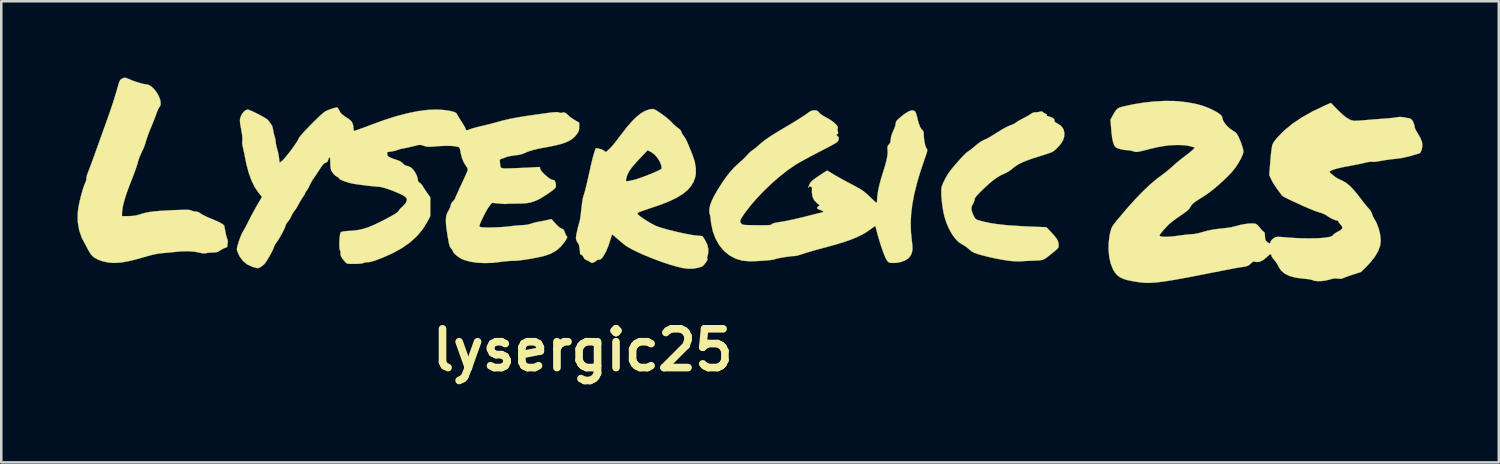
<source format=kicad_pcb>
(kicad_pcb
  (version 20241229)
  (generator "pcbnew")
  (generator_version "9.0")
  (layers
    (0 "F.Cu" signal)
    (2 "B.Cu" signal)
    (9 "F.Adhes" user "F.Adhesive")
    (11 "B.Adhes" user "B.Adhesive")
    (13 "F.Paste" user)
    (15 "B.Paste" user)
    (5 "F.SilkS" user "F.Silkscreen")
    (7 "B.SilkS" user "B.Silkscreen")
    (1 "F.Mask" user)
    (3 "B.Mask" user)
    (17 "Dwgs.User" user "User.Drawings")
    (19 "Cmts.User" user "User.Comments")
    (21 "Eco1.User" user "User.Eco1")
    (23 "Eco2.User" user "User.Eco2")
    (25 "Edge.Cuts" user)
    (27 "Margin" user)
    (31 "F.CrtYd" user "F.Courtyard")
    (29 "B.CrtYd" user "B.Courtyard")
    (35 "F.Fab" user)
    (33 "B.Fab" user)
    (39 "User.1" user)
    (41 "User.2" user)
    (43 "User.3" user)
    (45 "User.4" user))
  (footprint "lysergic25"
    (layer "F.Cu")
    (at 19.865 10.713)
    (property "Reference" "lysergic25" (at 0 0 0) (layer "F.SilkS") (effects (font (size 1.524 1.524) (thickness 0.3))))
    (attr through_hole)
    (fp_poly (pts (xy 18.078 -9.364) (xy 18.104 -9.342) (xy 18.163 -9.301) (xy 18.211 -9.285) (xy 18.245 -9.268) (xy 18.242 -9.243) (xy 18.245 -9.206) (xy 18.264 -9.2) (xy 18.311 -9.19) (xy 18.387 -9.165) (xy 18.422 -9.151) (xy 18.5 -9.112) (xy 18.536 -9.071) (xy 18.543 -9.031) (xy 18.555 -8.983) (xy 18.596 -8.943) (xy 18.678 -8.898) (xy 18.685 -8.895) (xy 18.811 -8.807) (xy 18.896 -8.688) (xy 18.935 -8.545) (xy 18.927 -8.387) (xy 18.882 -8.248) (xy 18.818 -8.141) (xy 18.725 -8.023) (xy 18.618 -7.912) (xy 18.513 -7.824) (xy 18.458 -7.79) (xy 18.393 -7.762) (xy 18.287 -7.724) (xy 18.156 -7.681) (xy 18.014 -7.636) (xy 18.006 -7.634) (xy 17.727 -7.547) (xy 17.495 -7.466) (xy 17.303 -7.389) (xy 17.145 -7.311) (xy 17.012 -7.229) (xy 16.896 -7.139) (xy 16.865 -7.111) (xy 16.772 -7.042) (xy 16.657 -6.974) (xy 16.58 -6.938) (xy 16.433 -6.871) (xy 16.288 -6.785) (xy 16.136 -6.676) (xy 15.968 -6.535) (xy 15.775 -6.358) (xy 15.743 -6.327) (xy 15.61 -6.196) (xy 15.515 -6.097) (xy 15.453 -6.023) (xy 15.419 -5.97) (xy 15.409 -5.933) (xy 15.395 -5.867) (xy 15.359 -5.78) (xy 15.336 -5.736) (xy 15.293 -5.648) (xy 15.278 -5.566) (xy 15.291 -5.474) (xy 15.333 -5.357) (xy 15.365 -5.286) (xy 15.409 -5.2) (xy 15.453 -5.15) (xy 15.515 -5.117) (xy 15.581 -5.096) (xy 15.79 -5.041) (xy 16.017 -4.993) (xy 16.271 -4.954) (xy 16.556 -4.92) (xy 16.88 -4.893) (xy 17.25 -4.87) (xy 17.56 -4.856) (xy 18.23 -4.829) (xy 18.421 -4.627) (xy 18.542 -4.494) (xy 18.625 -4.387) (xy 18.677 -4.296) (xy 18.703 -4.21) (xy 18.71 -4.131) (xy 18.708 -4.072) (xy 18.694 -4.026) (xy 18.66 -3.98) (xy 18.597 -3.923) (xy 18.521 -3.861) (xy 18.381 -3.748) (xy 18.275 -3.664) (xy 18.194 -3.605) (xy 18.126 -3.566) (xy 18.06 -3.543) (xy 17.987 -3.53) (xy 17.895 -3.523) (xy 17.775 -3.518) (xy 17.737 -3.516) (xy 17.579 -3.509) (xy 17.421 -3.501) (xy 17.283 -3.493) (xy 17.187 -3.487) (xy 17.077 -3.486) (xy 16.935 -3.493) (xy 16.783 -3.507) (xy 16.708 -3.516) (xy 16.457 -3.557) (xy 16.184 -3.61) (xy 15.912 -3.671) (xy 15.662 -3.736) (xy 15.536 -3.773) (xy 15.401 -3.821) (xy 15.3 -3.872) (xy 15.213 -3.939) (xy 15.184 -3.966) (xy 15.09 -4.045) (xy 14.985 -4.116) (xy 14.925 -4.148) (xy 14.787 -4.235) (xy 14.652 -4.371) (xy 14.522 -4.547) (xy 14.404 -4.758) (xy 14.301 -4.994) (xy 14.22 -5.248) (xy 14.21 -5.286) (xy 14.174 -5.451) (xy 14.144 -5.634) (xy 14.12 -5.824) (xy 14.103 -6.009) (xy 14.095 -6.176) (xy 14.096 -6.314) (xy 14.108 -6.412) (xy 14.112 -6.426) (xy 14.175 -6.584) (xy 14.263 -6.759) (xy 14.362 -6.928) (xy 14.449 -7.052) (xy 14.565 -7.193) (xy 14.687 -7.337) (xy 14.809 -7.475) (xy 14.923 -7.598) (xy 15.022 -7.699) (xy 15.098 -7.77) (xy 15.134 -7.797) (xy 15.215 -7.852) (xy 15.304 -7.921) (xy 15.329 -7.941) (xy 15.472 -8.061) (xy 15.584 -8.149) (xy 15.675 -8.21) (xy 15.755 -8.252) (xy 15.804 -8.271) (xy 15.874 -8.303) (xy 15.979 -8.36) (xy 16.104 -8.434) (xy 16.239 -8.519) (xy 16.281 -8.546) (xy 16.431 -8.64) (xy 16.578 -8.725) (xy 16.707 -8.791) (xy 16.805 -8.833) (xy 16.808 -8.834) (xy 16.905 -8.871) (xy 16.983 -8.909) (xy 17.021 -8.936) (xy 17.061 -8.967) (xy 17.139 -9.014) (xy 17.242 -9.071) (xy 17.313 -9.107) (xy 17.429 -9.168) (xy 17.533 -9.227) (xy 17.608 -9.275) (xy 17.633 -9.294) (xy 17.723 -9.342) (xy 17.789 -9.346) (xy 17.883 -9.35) (xy 17.962 -9.369) (xy 18.028 -9.385) (xy 18.078 -9.364)) (stroke (width 0.01) (type solid)) (fill yes) (layer "F.SilkS"))
    (fp_poly (pts (xy -17.945 -10.695) (xy -17.861 -10.66) (xy -17.848 -10.654) (xy -17.705 -10.596) (xy -17.551 -10.541) (xy -17.401 -10.495) (xy -17.268 -10.461) (xy -17.167 -10.444) (xy -17.142 -10.442) (xy -17.049 -10.417) (xy -16.948 -10.349) (xy -16.846 -10.247) (xy -16.752 -10.123) (xy -16.674 -9.988) (xy -16.621 -9.851) (xy -16.604 -9.767) (xy -16.597 -9.673) (xy -16.608 -9.612) (xy -16.64 -9.563) (xy -16.644 -9.559) (xy -16.681 -9.501) (xy -16.724 -9.409) (xy -16.764 -9.301) (xy -16.765 -9.299) (xy -16.803 -9.192) (xy -16.856 -9.052) (xy -16.917 -8.9) (xy -16.968 -8.777) (xy -17.031 -8.624) (xy -17.092 -8.463) (xy -17.144 -8.315) (xy -17.174 -8.222) (xy -17.208 -8.109) (xy -17.239 -8.013) (xy -17.263 -7.95) (xy -17.268 -7.94) (xy -17.352 -7.767) (xy -17.425 -7.597) (xy -17.478 -7.447) (xy -17.501 -7.364) (xy -17.522 -7.287) (xy -17.56 -7.17) (xy -17.612 -7.025) (xy -17.672 -6.864) (xy -17.724 -6.731) (xy -17.847 -6.412) (xy -17.946 -6.138) (xy -18.02 -5.903) (xy -18.073 -5.701) (xy -18.105 -5.528) (xy -18.118 -5.378) (xy -18.118 -5.348) (xy -18.119 -5.263) (xy -17.858 -5.266) (xy -17.693 -5.273) (xy -17.557 -5.293) (xy -17.421 -5.33) (xy -17.384 -5.342) (xy -17.268 -5.378) (xy -17.141 -5.408) (xy -16.997 -5.433) (xy -16.827 -5.454) (xy -16.623 -5.471) (xy -16.38 -5.486) (xy -16.087 -5.5) (xy -16.059 -5.501) (xy -15.851 -5.508) (xy -15.692 -5.513) (xy -15.576 -5.513) (xy -15.494 -5.51) (xy -15.44 -5.503) (xy -15.406 -5.492) (xy -15.396 -5.486) (xy -15.331 -5.46) (xy -15.244 -5.447) (xy -15.232 -5.447) (xy -15.125 -5.428) (xy -15.02 -5.364) (xy -14.947 -5.318) (xy -14.839 -5.262) (xy -14.714 -5.205) (xy -14.647 -5.178) (xy -14.439 -5.092) (xy -14.278 -5.017) (xy -14.167 -4.953) (xy -14.108 -4.902) (xy -14.099 -4.885) (xy -14.088 -4.836) (xy -14.071 -4.749) (xy -14.053 -4.644) (xy -14.052 -4.643) (xy -14.03 -4.53) (xy -14.003 -4.43) (xy -13.979 -4.366) (xy -13.954 -4.279) (xy -13.96 -4.225) (xy -13.974 -4.146) (xy -13.974 -4.102) (xy -13.982 -4.054) (xy -14.031 -4.028) (xy -14.051 -4.022) (xy -14.126 -3.994) (xy -14.215 -3.945) (xy -14.25 -3.921) (xy -14.333 -3.87) (xy -14.414 -3.845) (xy -14.521 -3.838) (xy -14.527 -3.838) (xy -14.642 -3.832) (xy -14.754 -3.82) (xy -14.803 -3.811) (xy -14.916 -3.799) (xy -15.04 -3.821) (xy -15.054 -3.825) (xy -15.26 -3.867) (xy -15.505 -3.886) (xy -15.777 -3.881) (xy -15.931 -3.868) (xy -16.099 -3.85) (xy -16.284 -3.832) (xy -16.458 -3.816) (xy -16.524 -3.811) (xy -16.692 -3.791) (xy -16.873 -3.756) (xy -17.082 -3.703) (xy -17.244 -3.656) (xy -17.561 -3.566) (xy -17.836 -3.499) (xy -18.075 -3.454) (xy -18.287 -3.431) (xy -18.48 -3.427) (xy -18.656 -3.442) (xy -18.877 -3.488) (xy -19.075 -3.56) (xy -19.217 -3.642) (xy -19.289 -3.704) (xy -19.355 -3.783) (xy -19.423 -3.893) (xy -19.496 -4.032) (xy -19.533 -4.102) (xy -19.56 -4.149) (xy -19.705 -4.422) (xy -19.804 -4.722) (xy -19.857 -5.04) (xy -19.86 -5.366) (xy -19.839 -5.56) (xy -19.81 -5.719) (xy -19.771 -5.896) (xy -19.726 -6.077) (xy -19.678 -6.25) (xy -19.632 -6.401) (xy -19.59 -6.516) (xy -19.571 -6.559) (xy -19.534 -6.646) (xy -19.516 -6.719) (xy -19.517 -6.748) (xy -19.514 -6.799) (xy -19.493 -6.883) (xy -19.459 -6.977) (xy -19.426 -7.058) (xy -19.38 -7.18) (xy -19.322 -7.334) (xy -19.258 -7.508) (xy -19.192 -7.691) (xy -19.177 -7.733) (xy -19.104 -7.938) (xy -19.018 -8.178) (xy -18.925 -8.435) (xy -18.834 -8.691) (xy -18.748 -8.928) (xy -18.729 -8.983) (xy -18.615 -9.303) (xy -18.518 -9.588) (xy -18.431 -9.855) (xy -18.35 -10.122) (xy -18.267 -10.406) (xy -18.249 -10.472) (xy -18.217 -10.567) (xy -18.181 -10.625) (xy -18.128 -10.665) (xy -18.105 -10.676) (xy -18.047 -10.701) (xy -18.001 -10.708) (xy -17.945 -10.695)) (stroke (width 0.01) (type solid)) (fill yes) (layer "F.SilkS"))
    (fp_poly (pts (xy 2.775 -9.474) (xy 2.826 -9.456) (xy 2.894 -9.419) (xy 2.989 -9.358) (xy 3.08 -9.296) (xy 3.209 -9.203) (xy 3.335 -9.102) (xy 3.443 -9.008) (xy 3.504 -8.945) (xy 3.591 -8.856) (xy 3.683 -8.773) (xy 3.754 -8.72) (xy 3.825 -8.666) (xy 3.863 -8.614) (xy 3.866 -8.599) (xy 3.883 -8.549) (xy 3.925 -8.475) (xy 3.962 -8.423) (xy 3.997 -8.376) (xy 4.028 -8.326) (xy 4.061 -8.267) (xy 4.098 -8.19) (xy 4.143 -8.088) (xy 4.199 -7.952) (xy 4.272 -7.775) (xy 4.306 -7.691) (xy 4.4 -7.409) (xy 4.445 -7.149) (xy 4.442 -6.912) (xy 4.417 -6.786) (xy 4.35 -6.605) (xy 4.25 -6.439) (xy 4.112 -6.284) (xy 3.933 -6.139) (xy 3.712 -6.001) (xy 3.443 -5.869) (xy 3.125 -5.739) (xy 2.753 -5.611) (xy 2.734 -5.604) (xy 2.573 -5.551) (xy 2.428 -5.502) (xy 2.308 -5.459) (xy 2.224 -5.426) (xy 2.186 -5.407) (xy 2.153 -5.378) (xy 2.158 -5.349) (xy 2.193 -5.308) (xy 2.252 -5.258) (xy 2.347 -5.189) (xy 2.467 -5.11) (xy 2.597 -5.03) (xy 2.726 -4.956) (xy 2.839 -4.897) (xy 2.848 -4.892) (xy 2.954 -4.85) (xy 3.104 -4.802) (xy 3.287 -4.749) (xy 3.493 -4.696) (xy 3.71 -4.643) (xy 3.928 -4.595) (xy 4.134 -4.554) (xy 4.318 -4.521) (xy 4.469 -4.501) (xy 4.49 -4.499) (xy 4.703 -4.48) (xy 4.791 -4.35) (xy 4.886 -4.168) (xy 4.933 -3.983) (xy 4.93 -3.803) (xy 4.904 -3.705) (xy 4.885 -3.63) (xy 4.897 -3.592) (xy 4.901 -3.59) (xy 4.903 -3.556) (xy 4.867 -3.488) (xy 4.824 -3.426) (xy 4.76 -3.345) (xy 4.703 -3.296) (xy 4.631 -3.263) (xy 4.533 -3.235) (xy 4.342 -3.2) (xy 4.155 -3.196) (xy 3.948 -3.222) (xy 3.895 -3.232) (xy 3.685 -3.283) (xy 3.445 -3.352) (xy 3.186 -3.437) (xy 2.916 -3.534) (xy 2.647 -3.638) (xy 2.387 -3.746) (xy 2.148 -3.854) (xy 1.939 -3.957) (xy 1.77 -4.052) (xy 1.708 -4.092) (xy 1.627 -4.152) (xy 1.523 -4.236) (xy 1.413 -4.328) (xy 1.375 -4.362) (xy 1.286 -4.44) (xy 1.214 -4.501) (xy 1.168 -4.537) (xy 1.157 -4.544) (xy 1.143 -4.519) (xy 1.119 -4.453) (xy 1.09 -4.361) (xy 1.088 -4.353) (xy 1.003 -4.088) (xy 0.911 -3.87) (xy 0.815 -3.701) (xy 0.754 -3.616) (xy 0.704 -3.571) (xy 0.654 -3.556) (xy 0.644 -3.556) (xy 0.581 -3.547) (xy 0.55 -3.528) (xy 0.515 -3.496) (xy 0.452 -3.458) (xy 0.446 -3.454) (xy 0.383 -3.427) (xy 0.338 -3.431) (xy 0.281 -3.467) (xy 0.205 -3.514) (xy 0.132 -3.543) (xy 0.062 -3.588) (xy 0.031 -3.646) (xy -0.007 -3.71) (xy -0.056 -3.745) (xy -0.1 -3.77) (xy -0.109 -3.792) (xy -0.109 -3.844) (xy -0.116 -3.924) (xy -0.129 -4.015) (xy -0.144 -4.099) (xy -0.158 -4.158) (xy -0.169 -4.177) (xy -0.192 -4.2) (xy -0.225 -4.258) (xy -0.237 -4.284) (xy -0.258 -4.335) (xy -0.269 -4.382) (xy -0.268 -4.438) (xy -0.256 -4.519) (xy -0.232 -4.636) (xy -0.225 -4.67) (xy -0.196 -4.797) (xy -0.168 -4.91) (xy -0.145 -4.993) (xy -0.136 -5.022) (xy -0.125 -5.055) (xy -0.114 -5.1) (xy -0.103 -5.165) (xy -0.09 -5.258) (xy -0.074 -5.385) (xy -0.054 -5.554) (xy -0.031 -5.757) (xy -0.013 -5.88) (xy 0.01 -5.997) (xy 0.034 -6.082) (xy 0.06 -6.16) (xy 0.091 -6.271) (xy 0.128 -6.417) (xy 0.173 -6.605) (xy 0.191 -6.683) (xy 1.697 -6.683) (xy 1.7 -6.65) (xy 1.725 -6.637) (xy 1.781 -6.641) (xy 1.877 -6.66) (xy 1.953 -6.675) (xy 2.058 -6.702) (xy 2.189 -6.744) (xy 2.338 -6.795) (xy 2.495 -6.854) (xy 2.651 -6.916) (xy 2.798 -6.977) (xy 2.925 -7.034) (xy 3.025 -7.084) (xy 3.087 -7.122) (xy 3.104 -7.142) (xy 3.081 -7.281) (xy 3.017 -7.429) (xy 2.923 -7.573) (xy 2.809 -7.698) (xy 2.684 -7.788) (xy 2.657 -7.802) (xy 2.544 -7.853) (xy 2.306 -7.602) (xy 2.129 -7.413) (xy 1.991 -7.255) (xy 1.885 -7.121) (xy 1.808 -7.003) (xy 1.754 -6.897) (xy 1.719 -6.793) (xy 1.707 -6.736) (xy 1.697 -6.683) (xy 0.191 -6.683) (xy 0.226 -6.839) (xy 0.289 -7.122) (xy 0.298 -7.166) (xy 0.336 -7.334) (xy 0.376 -7.495) (xy 0.412 -7.636) (xy 0.443 -7.742) (xy 0.457 -7.783) (xy 0.514 -7.937) (xy 0.631 -7.919) (xy 0.728 -7.892) (xy 0.816 -7.85) (xy 0.828 -7.842) (xy 0.908 -7.784) (xy 0.983 -7.849) (xy 1.045 -7.904) (xy 1.106 -7.967) (xy 1.175 -8.043) (xy 1.255 -8.141) (xy 1.354 -8.268) (xy 1.477 -8.43) (xy 1.537 -8.509) (xy 1.747 -8.777) (xy 1.938 -8.997) (xy 2.114 -9.171) (xy 2.279 -9.303) (xy 2.437 -9.396) (xy 2.592 -9.454) (xy 2.674 -9.471) (xy 2.728 -9.477) (xy 2.775 -9.474)) (stroke (width 0.01) (type solid)) (fill yes) (layer "F.SilkS"))
    (fp_poly (pts (xy 9.19 -9.419) (xy 9.245 -9.389) (xy 9.286 -9.341) (xy 9.347 -9.281) (xy 9.447 -9.212) (xy 9.572 -9.142) (xy 9.709 -9.065) (xy 9.83 -8.981) (xy 9.929 -8.897) (xy 9.997 -8.821) (xy 10.027 -8.758) (xy 10.023 -8.729) (xy 10.013 -8.659) (xy 10.026 -8.599) (xy 10.041 -8.536) (xy 10.025 -8.501) (xy 10.005 -8.487) (xy 9.972 -8.464) (xy 9.982 -8.44) (xy 10.017 -8.412) (xy 10.058 -8.371) (xy 10.066 -8.322) (xy 10.055 -8.268) (xy 10.045 -8.238) (xy 10.03 -8.211) (xy 10.002 -8.182) (xy 9.957 -8.149) (xy 9.889 -8.106) (xy 9.792 -8.052) (xy 9.661 -7.982) (xy 9.49 -7.893) (xy 9.306 -7.799) (xy 9.106 -7.695) (xy 8.91 -7.591) (xy 8.726 -7.492) (xy 8.565 -7.403) (xy 8.436 -7.329) (xy 8.348 -7.276) (xy 8.051 -7.07) (xy 7.742 -6.827) (xy 7.431 -6.556) (xy 7.129 -6.268) (xy 6.845 -5.971) (xy 6.59 -5.677) (xy 6.373 -5.393) (xy 6.323 -5.322) (xy 6.248 -5.207) (xy 6.203 -5.126) (xy 6.187 -5.069) (xy 6.195 -5.023) (xy 6.224 -4.978) (xy 6.23 -4.971) (xy 6.25 -4.951) (xy 6.277 -4.936) (xy 6.318 -4.925) (xy 6.382 -4.918) (xy 6.476 -4.913) (xy 6.609 -4.91) (xy 6.789 -4.908) (xy 6.838 -4.907) (xy 7.032 -4.906) (xy 7.177 -4.906) (xy 7.281 -4.909) (xy 7.351 -4.915) (xy 7.395 -4.924) (xy 7.421 -4.938) (xy 7.43 -4.948) (xy 7.472 -4.974) (xy 7.559 -5) (xy 7.696 -5.026) (xy 7.789 -5.04) (xy 7.914 -5.06) (xy 8.08 -5.093) (xy 8.274 -5.134) (xy 8.482 -5.182) (xy 8.693 -5.232) (xy 8.771 -5.252) (xy 8.955 -5.299) (xy 9.121 -5.34) (xy 9.259 -5.375) (xy 9.364 -5.4) (xy 9.427 -5.416) (xy 9.442 -5.419) (xy 9.454 -5.44) (xy 9.454 -5.445) (xy 9.43 -5.469) (xy 9.37 -5.497) (xy 9.349 -5.505) (xy 9.254 -5.54) (xy 9.212 -5.573) (xy 9.217 -5.608) (xy 9.252 -5.641) (xy 9.318 -5.691) (xy 9.217 -5.768) (xy 9.099 -5.887) (xy 9.031 -6.03) (xy 9.008 -6.203) (xy 9.009 -6.245) (xy 9.012 -6.342) (xy 9.006 -6.395) (xy 8.988 -6.42) (xy 8.954 -6.43) (xy 8.954 -6.43) (xy 8.903 -6.424) (xy 8.89 -6.404) (xy 8.881 -6.381) (xy 8.875 -6.383) (xy 8.877 -6.415) (xy 8.898 -6.48) (xy 8.914 -6.517) (xy 8.944 -6.573) (xy 8.988 -6.626) (xy 9.053 -6.684) (xy 9.148 -6.755) (xy 9.281 -6.846) (xy 9.397 -6.923) (xy 9.496 -6.988) (xy 9.568 -7.033) (xy 9.604 -7.055) (xy 9.607 -7.056) (xy 9.635 -7.042) (xy 9.699 -7.004) (xy 9.789 -6.951) (xy 9.84 -6.919) (xy 9.939 -6.86) (xy 10.075 -6.783) (xy 10.234 -6.695) (xy 10.404 -6.603) (xy 10.541 -6.531) (xy 10.716 -6.438) (xy 10.851 -6.363) (xy 10.959 -6.298) (xy 11.049 -6.235) (xy 11.133 -6.167) (xy 11.222 -6.086) (xy 11.278 -6.033) (xy 11.376 -5.939) (xy 11.46 -5.862) (xy 11.521 -5.808) (xy 11.552 -5.786) (xy 11.553 -5.786) (xy 11.564 -5.811) (xy 11.57 -5.874) (xy 11.571 -5.909) (xy 11.582 -6.067) (xy 11.612 -6.263) (xy 11.66 -6.485) (xy 11.722 -6.719) (xy 11.768 -6.869) (xy 11.847 -7.12) (xy 11.907 -7.325) (xy 11.949 -7.493) (xy 11.975 -7.629) (xy 11.986 -7.742) (xy 11.985 -7.838) (xy 11.984 -7.852) (xy 11.977 -7.948) (xy 11.984 -8.008) (xy 12.009 -8.053) (xy 12.037 -8.084) (xy 12.087 -8.151) (xy 12.106 -8.237) (xy 12.107 -8.28) (xy 12.125 -8.404) (xy 12.181 -8.557) (xy 12.206 -8.612) (xy 12.253 -8.722) (xy 12.288 -8.824) (xy 12.304 -8.9) (xy 12.305 -8.909) (xy 12.311 -8.959) (xy 12.336 -9.008) (xy 12.388 -9.065) (xy 12.475 -9.143) (xy 12.491 -9.157) (xy 12.666 -9.294) (xy 12.812 -9.382) (xy 12.93 -9.422) (xy 13.019 -9.414) (xy 13.078 -9.363) (xy 13.106 -9.299) (xy 13.135 -9.205) (xy 13.149 -9.144) (xy 13.2 -8.936) (xy 13.256 -8.783) (xy 13.317 -8.686) (xy 13.337 -8.668) (xy 13.384 -8.615) (xy 13.404 -8.543) (xy 13.406 -8.491) (xy 13.413 -8.343) (xy 13.432 -8.196) (xy 13.46 -8.066) (xy 13.492 -7.968) (xy 13.512 -7.934) (xy 13.532 -7.904) (xy 13.543 -7.874) (xy 13.543 -7.834) (xy 13.529 -7.773) (xy 13.5 -7.683) (xy 13.454 -7.552) (xy 13.439 -7.509) (xy 13.27 -7.008) (xy 13.134 -6.548) (xy 13.029 -6.12) (xy 12.955 -5.72) (xy 12.909 -5.342) (xy 12.893 -4.978) (xy 12.904 -4.624) (xy 12.939 -4.288) (xy 12.959 -4.109) (xy 12.963 -3.971) (xy 12.947 -3.859) (xy 12.912 -3.76) (xy 12.871 -3.686) (xy 12.784 -3.592) (xy 12.654 -3.515) (xy 12.496 -3.458) (xy 12.323 -3.427) (xy 12.147 -3.424) (xy 12.071 -3.433) (xy 12.02 -3.453) (xy 11.974 -3.501) (xy 11.923 -3.588) (xy 11.913 -3.607) (xy 11.859 -3.728) (xy 11.797 -3.891) (xy 11.732 -4.08) (xy 11.667 -4.283) (xy 11.608 -4.486) (xy 11.57 -4.628) (xy 11.542 -4.737) (xy 11.519 -4.822) (xy 11.504 -4.87) (xy 11.501 -4.877) (xy 11.477 -4.865) (xy 11.419 -4.826) (xy 11.338 -4.768) (xy 11.311 -4.748) (xy 11.157 -4.64) (xy 10.987 -4.54) (xy 10.795 -4.446) (xy 10.574 -4.355) (xy 10.32 -4.264) (xy 10.025 -4.172) (xy 9.684 -4.075) (xy 9.483 -4.022) (xy 9.291 -3.97) (xy 9.101 -3.917) (xy 8.924 -3.866) (xy 8.775 -3.821) (xy 8.666 -3.786) (xy 8.659 -3.784) (xy 8.541 -3.745) (xy 8.434 -3.715) (xy 8.355 -3.699) (xy 8.335 -3.697) (xy 8.255 -3.693) (xy 8.145 -3.681) (xy 8.018 -3.665) (xy 7.886 -3.645) (xy 7.761 -3.623) (xy 7.656 -3.603) (xy 7.584 -3.585) (xy 7.558 -3.573) (xy 7.524 -3.56) (xy 7.442 -3.547) (xy 7.325 -3.533) (xy 7.18 -3.519) (xy 7.019 -3.508) (xy 6.851 -3.498) (xy 6.687 -3.492) (xy 6.548 -3.49) (xy 6.273 -3.514) (xy 6.017 -3.59) (xy 5.773 -3.72) (xy 5.757 -3.73) (xy 5.549 -3.902) (xy 5.371 -4.117) (xy 5.226 -4.37) (xy 5.118 -4.653) (xy 5.05 -4.961) (xy 5.033 -5.108) (xy 5.021 -5.215) (xy 5.006 -5.302) (xy 4.99 -5.352) (xy 4.989 -5.354) (xy 4.976 -5.402) (xy 4.975 -5.489) (xy 4.981 -5.566) (xy 5.012 -5.709) (xy 5.076 -5.879) (xy 5.175 -6.078) (xy 5.31 -6.311) (xy 5.476 -6.571) (xy 5.639 -6.806) (xy 5.792 -7.001) (xy 5.945 -7.171) (xy 6.111 -7.328) (xy 6.176 -7.384) (xy 6.28 -7.477) (xy 6.382 -7.575) (xy 6.463 -7.662) (xy 6.472 -7.673) (xy 6.546 -7.753) (xy 6.62 -7.82) (xy 6.661 -7.848) (xy 6.721 -7.89) (xy 6.806 -7.956) (xy 6.895 -8.034) (xy 6.902 -8.04) (xy 7.001 -8.127) (xy 7.105 -8.211) (xy 7.221 -8.297) (xy 7.356 -8.389) (xy 7.517 -8.492) (xy 7.711 -8.611) (xy 7.946 -8.751) (xy 8.022 -8.796) (xy 8.201 -8.902) (xy 8.374 -9.008) (xy 8.533 -9.107) (xy 8.667 -9.193) (xy 8.767 -9.26) (xy 8.804 -9.287) (xy 8.905 -9.36) (xy 8.98 -9.403) (xy 9.046 -9.422) (xy 9.105 -9.426) (xy 9.19 -9.419)) (stroke (width 0.01) (type solid)) (fill yes) (layer "F.SilkS"))
    (fp_poly (pts (xy 23.237 -9.792) (xy 23.411 -9.781) (xy 23.762 -9.741) (xy 24.069 -9.686) (xy 24.344 -9.614) (xy 24.596 -9.521) (xy 24.757 -9.447) (xy 24.926 -9.356) (xy 25.047 -9.275) (xy 25.119 -9.207) (xy 25.138 -9.161) (xy 25.163 -9.052) (xy 25.23 -8.931) (xy 25.328 -8.81) (xy 25.449 -8.7) (xy 25.581 -8.613) (xy 25.659 -8.563) (xy 25.718 -8.499) (xy 25.773 -8.402) (xy 25.784 -8.379) (xy 25.879 -8.159) (xy 25.945 -7.96) (xy 25.969 -7.856) (xy 25.973 -7.795) (xy 25.96 -7.727) (xy 25.925 -7.636) (xy 25.877 -7.532) (xy 25.77 -7.337) (xy 25.648 -7.155) (xy 25.5 -6.976) (xy 25.316 -6.786) (xy 25.213 -6.689) (xy 25.014 -6.507) (xy 24.84 -6.358) (xy 24.681 -6.231) (xy 24.524 -6.118) (xy 24.358 -6.009) (xy 24.297 -5.971) (xy 24.155 -5.882) (xy 24.053 -5.811) (xy 23.981 -5.75) (xy 23.929 -5.69) (xy 23.887 -5.623) (xy 23.872 -5.594) (xy 23.83 -5.537) (xy 23.752 -5.466) (xy 23.634 -5.377) (xy 23.492 -5.28) (xy 23.357 -5.187) (xy 23.226 -5.091) (xy 23.114 -5.003) (xy 23.034 -4.933) (xy 23.026 -4.925) (xy 22.888 -4.78) (xy 22.782 -4.661) (xy 22.711 -4.57) (xy 22.678 -4.511) (xy 22.679 -4.49) (xy 22.736 -4.466) (xy 22.84 -4.453) (xy 22.984 -4.453) (xy 23.16 -4.464) (xy 23.361 -4.487) (xy 23.426 -4.496) (xy 23.581 -4.518) (xy 23.729 -4.536) (xy 23.854 -4.549) (xy 23.941 -4.555) (xy 23.952 -4.555) (xy 24.054 -4.564) (xy 24.178 -4.587) (xy 24.267 -4.61) (xy 24.545 -4.688) (xy 24.801 -4.741) (xy 25.061 -4.774) (xy 25.152 -4.781) (xy 25.467 -4.821) (xy 25.702 -4.879) (xy 25.857 -4.92) (xy 26.024 -4.952) (xy 26.186 -4.972) (xy 26.329 -4.978) (xy 26.436 -4.97) (xy 26.447 -4.967) (xy 26.51 -4.931) (xy 26.584 -4.857) (xy 26.621 -4.81) (xy 26.683 -4.732) (xy 26.738 -4.676) (xy 26.769 -4.655) (xy 26.798 -4.631) (xy 26.815 -4.576) (xy 26.822 -4.478) (xy 26.828 -4.38) (xy 26.846 -4.318) (xy 26.882 -4.273) (xy 26.906 -4.252) (xy 26.974 -4.203) (xy 27.012 -4.194) (xy 27.035 -4.225) (xy 27.046 -4.26) (xy 27.081 -4.322) (xy 27.147 -4.384) (xy 27.166 -4.397) (xy 27.206 -4.422) (xy 27.243 -4.438) (xy 27.287 -4.447) (xy 27.349 -4.45) (xy 27.438 -4.446) (xy 27.565 -4.437) (xy 27.706 -4.425) (xy 27.978 -4.406) (xy 28.256 -4.394) (xy 28.528 -4.39) (xy 28.783 -4.392) (xy 29.008 -4.402) (xy 29.191 -4.419) (xy 29.223 -4.424) (xy 29.347 -4.445) (xy 29.427 -4.468) (xy 29.477 -4.496) (xy 29.501 -4.523) (xy 29.551 -4.57) (xy 29.632 -4.624) (xy 29.697 -4.658) (xy 29.805 -4.719) (xy 29.86 -4.777) (xy 29.863 -4.838) (xy 29.818 -4.91) (xy 29.797 -4.933) (xy 29.744 -4.995) (xy 29.713 -5.045) (xy 29.71 -5.057) (xy 29.686 -5.086) (xy 29.66 -5.091) (xy 29.595 -5.106) (xy 29.502 -5.143) (xy 29.397 -5.195) (xy 29.301 -5.252) (xy 29.244 -5.293) (xy 29.172 -5.336) (xy 29.062 -5.382) (xy 28.931 -5.423) (xy 28.919 -5.426) (xy 28.841 -5.451) (xy 28.728 -5.494) (xy 28.589 -5.551) (xy 28.431 -5.619) (xy 28.263 -5.693) (xy 28.093 -5.77) (xy 27.929 -5.846) (xy 27.779 -5.917) (xy 27.652 -5.98) (xy 27.556 -6.031) (xy 27.498 -6.067) (xy 27.486 -6.079) (xy 27.466 -6.11) (xy 27.42 -6.174) (xy 27.356 -6.26) (xy 27.319 -6.308) (xy 27.235 -6.428) (xy 27.152 -6.557) (xy 27.088 -6.673) (xy 27.077 -6.696) (xy 26.992 -6.875) (xy 27.024 -7.309) (xy 27.038 -7.479) (xy 27.053 -7.647) (xy 27.069 -7.796) (xy 27.084 -7.911) (xy 27.088 -7.938) (xy 27.105 -8.029) (xy 27.127 -8.1) (xy 27.161 -8.166) (xy 27.216 -8.242) (xy 27.3 -8.343) (xy 27.315 -8.361) (xy 27.58 -8.632) (xy 27.899 -8.894) (xy 28.273 -9.145) (xy 28.701 -9.386) (xy 29.181 -9.615) (xy 29.201 -9.624) (xy 29.413 -9.716) (xy 29.681 -9.442) (xy 29.869 -9.263) (xy 30.033 -9.133) (xy 30.178 -9.051) (xy 30.304 -9.014) (xy 30.334 -9.012) (xy 30.4 -9.013) (xy 30.507 -9.019) (xy 30.639 -9.029) (xy 30.759 -9.039) (xy 30.917 -9.053) (xy 31.108 -9.068) (xy 31.309 -9.083) (xy 31.496 -9.097) (xy 31.509 -9.098) (xy 31.665 -9.111) (xy 31.808 -9.124) (xy 31.926 -9.138) (xy 32.005 -9.151) (xy 32.022 -9.155) (xy 32.131 -9.167) (xy 32.246 -9.156) (xy 32.351 -9.136) (xy 32.453 -9.118) (xy 32.477 -9.114) (xy 32.553 -9.091) (xy 32.608 -9.038) (xy 32.64 -8.989) (xy 32.679 -8.9) (xy 32.7 -8.814) (xy 32.701 -8.795) (xy 32.72 -8.718) (xy 32.773 -8.609) (xy 32.827 -8.523) (xy 32.936 -8.336) (xy 32.997 -8.172) (xy 33.011 -8.06) (xy 33.002 -7.965) (xy 32.979 -7.868) (xy 32.947 -7.788) (xy 32.912 -7.74) (xy 32.903 -7.736) (xy 32.858 -7.722) (xy 32.772 -7.697) (xy 32.659 -7.663) (xy 32.56 -7.633) (xy 32.229 -7.554) (xy 31.967 -7.519) (xy 31.803 -7.502) (xy 31.615 -7.477) (xy 31.433 -7.448) (xy 31.363 -7.435) (xy 31.223 -7.411) (xy 31.117 -7.398) (xy 31.053 -7.397) (xy 31.038 -7.402) (xy 31.004 -7.408) (xy 30.925 -7.399) (xy 30.811 -7.377) (xy 30.753 -7.363) (xy 30.622 -7.333) (xy 30.455 -7.298) (xy 30.273 -7.262) (xy 30.096 -7.229) (xy 30.075 -7.226) (xy 29.855 -7.183) (xy 29.669 -7.14) (xy 29.524 -7.098) (xy 29.422 -7.058) (xy 29.369 -7.021) (xy 29.364 -6.994) (xy 29.396 -6.96) (xy 29.458 -6.906) (xy 29.534 -6.844) (xy 29.609 -6.789) (xy 29.664 -6.753) (xy 29.705 -6.733) (xy 29.78 -6.697) (xy 29.861 -6.66) (xy 30.003 -6.58) (xy 30.147 -6.465) (xy 30.299 -6.311) (xy 30.465 -6.113) (xy 30.563 -5.984) (xy 30.658 -5.858) (xy 30.752 -5.739) (xy 30.835 -5.638) (xy 30.896 -5.57) (xy 30.9 -5.566) (xy 30.97 -5.482) (xy 31.017 -5.398) (xy 31.027 -5.365) (xy 31.057 -5.274) (xy 31.098 -5.198) (xy 31.205 -5.009) (xy 31.291 -4.787) (xy 31.349 -4.552) (xy 31.374 -4.327) (xy 31.375 -4.297) (xy 31.348 -4.094) (xy 31.267 -3.88) (xy 31.136 -3.658) (xy 30.954 -3.43) (xy 30.841 -3.311) (xy 30.598 -3.069) (xy 30.273 -2.964) (xy 30.14 -2.92) (xy 30.022 -2.878) (xy 29.931 -2.844) (xy 29.883 -2.822) (xy 29.805 -2.8) (xy 29.699 -2.807) (xy 29.689 -2.809) (xy 29.602 -2.818) (xy 29.511 -2.81) (xy 29.397 -2.781) (xy 29.36 -2.77) (xy 29.209 -2.734) (xy 29.051 -2.713) (xy 28.9 -2.709) (xy 28.773 -2.722) (xy 28.694 -2.748) (xy 28.636 -2.767) (xy 28.538 -2.785) (xy 28.415 -2.8) (xy 28.327 -2.808) (xy 28.038 -2.844) (xy 27.797 -2.909) (xy 27.604 -3.001) (xy 27.459 -3.122) (xy 27.363 -3.27) (xy 27.355 -3.289) (xy 27.308 -3.379) (xy 27.24 -3.479) (xy 27.196 -3.533) (xy 27.136 -3.606) (xy 27.096 -3.665) (xy 27.084 -3.691) (xy 27.07 -3.742) (xy 27.06 -3.76) (xy 27.036 -3.77) (xy 26.994 -3.747) (xy 26.925 -3.686) (xy 26.895 -3.656) (xy 26.76 -3.544) (xy 26.628 -3.477) (xy 26.506 -3.459) (xy 26.441 -3.471) (xy 26.39 -3.483) (xy 26.345 -3.469) (xy 26.287 -3.423) (xy 26.26 -3.397) (xy 26.202 -3.347) (xy 26.146 -3.313) (xy 26.075 -3.29) (xy 25.972 -3.271) (xy 25.907 -3.261) (xy 25.82 -3.247) (xy 25.686 -3.224) (xy 25.514 -3.192) (xy 25.312 -3.154) (xy 25.089 -3.111) (xy 24.853 -3.065) (xy 24.686 -3.032) (xy 24.263 -2.948) (xy 23.891 -2.876) (xy 23.565 -2.815) (xy 23.281 -2.764) (xy 23.033 -2.723) (xy 22.818 -2.69) (xy 22.631 -2.667) (xy 22.466 -2.651) (xy 22.321 -2.643) (xy 22.19 -2.642) (xy 22.068 -2.646) (xy 21.952 -2.657) (xy 21.878 -2.666) (xy 21.622 -2.706) (xy 21.415 -2.749) (xy 21.249 -2.801) (xy 21.118 -2.864) (xy 21.014 -2.942) (xy 20.929 -3.039) (xy 20.855 -3.159) (xy 20.845 -3.179) (xy 20.757 -3.401) (xy 20.7 -3.659) (xy 20.673 -3.939) (xy 20.678 -4.228) (xy 20.715 -4.513) (xy 20.733 -4.598) (xy 20.759 -4.701) (xy 20.785 -4.781) (xy 20.819 -4.852) (xy 20.867 -4.927) (xy 20.938 -5.02) (xy 21.027 -5.129) (xy 21.377 -5.544) (xy 21.706 -5.911) (xy 22.014 -6.23) (xy 22.304 -6.505) (xy 22.578 -6.737) (xy 22.774 -6.883) (xy 22.902 -6.979) (xy 23.038 -7.089) (xy 23.159 -7.194) (xy 23.19 -7.223) (xy 23.293 -7.316) (xy 23.422 -7.425) (xy 23.559 -7.534) (xy 23.642 -7.597) (xy 23.756 -7.684) (xy 23.862 -7.768) (xy 23.945 -7.838) (xy 23.989 -7.878) (xy 24.068 -7.962) (xy 23.89 -8.012) (xy 23.765 -8.04) (xy 23.616 -8.056) (xy 23.429 -8.062) (xy 23.374 -8.062) (xy 23.187 -8.057) (xy 23.006 -8.043) (xy 22.818 -8.017) (xy 22.61 -7.979) (xy 22.371 -7.925) (xy 22.15 -7.869) (xy 21.998 -7.831) (xy 21.889 -7.806) (xy 21.812 -7.792) (xy 21.755 -7.79) (xy 21.707 -7.797) (xy 21.655 -7.812) (xy 21.648 -7.815) (xy 21.545 -7.842) (xy 21.442 -7.857) (xy 21.418 -7.858) (xy 21.298 -7.867) (xy 21.166 -7.892) (xy 21.049 -7.925) (xy 20.996 -7.947) (xy 20.935 -7.994) (xy 20.886 -8.071) (xy 20.847 -8.185) (xy 20.816 -8.34) (xy 20.79 -8.543) (xy 20.782 -8.638) (xy 20.747 -9.056) (xy 20.841 -9.226) (xy 20.912 -9.35) (xy 20.969 -9.434) (xy 21.024 -9.49) (xy 21.09 -9.528) (xy 21.18 -9.557) (xy 21.261 -9.578) (xy 21.656 -9.663) (xy 22.065 -9.729) (xy 22.475 -9.773) (xy 22.87 -9.794) (xy 23.237 -9.792)) (stroke (width 0.01) (type solid)) (fill yes) (layer "F.SilkS"))
    (fp_poly (pts (xy -9.631 -9.515) (xy -9.591 -9.455) (xy -9.57 -9.412) (xy -9.532 -9.341) (xy -9.479 -9.279) (xy -9.399 -9.215) (xy -9.303 -9.151) (xy -9.183 -9.07) (xy -9.105 -8.998) (xy -9.057 -8.923) (xy -9.031 -8.83) (xy -9.02 -8.749) (xy -9.012 -8.672) (xy -9.006 -8.624) (xy -9.005 -8.617) (xy -8.978 -8.621) (xy -8.908 -8.642) (xy -8.805 -8.677) (xy -8.678 -8.722) (xy -8.538 -8.773) (xy -8.393 -8.828) (xy -8.34 -8.848) (xy -7.825 -9.037) (xy -7.339 -9.192) (xy -6.884 -9.311) (xy -6.464 -9.395) (xy -6.082 -9.443) (xy -5.812 -9.454) (xy -5.61 -9.449) (xy -5.421 -9.433) (xy -5.253 -9.409) (xy -5.115 -9.378) (xy -5.015 -9.342) (xy -4.96 -9.301) (xy -4.955 -9.29) (xy -4.933 -9.245) (xy -4.887 -9.167) (xy -4.825 -9.068) (xy -4.783 -9.005) (xy -4.715 -8.897) (xy -4.658 -8.8) (xy -4.62 -8.728) (xy -4.611 -8.703) (xy -4.597 -8.66) (xy -4.573 -8.641) (xy -4.528 -8.647) (xy -4.448 -8.675) (xy -4.41 -8.69) (xy -4.322 -8.719) (xy -4.198 -8.754) (xy -4.061 -8.788) (xy -3.993 -8.804) (xy -3.848 -8.837) (xy -3.673 -8.88) (xy -3.492 -8.928) (xy -3.359 -8.965) (xy -3.199 -9.009) (xy -3.047 -9.048) (xy -2.894 -9.083) (xy -2.73 -9.116) (xy -2.547 -9.149) (xy -2.336 -9.184) (xy -2.088 -9.221) (xy -1.795 -9.263) (xy -1.738 -9.271) (xy -1.508 -9.303) (xy -1.328 -9.327) (xy -1.19 -9.343) (xy -1.089 -9.351) (xy -1.019 -9.354) (xy -0.972 -9.35) (xy -0.943 -9.34) (xy -0.943 -9.34) (xy -0.87 -9.321) (xy -0.827 -9.328) (xy -0.742 -9.344) (xy -0.661 -9.311) (xy -0.592 -9.247) (xy -0.528 -9.187) (xy -0.433 -9.116) (xy -0.329 -9.049) (xy -0.327 -9.048) (xy -0.141 -8.939) (xy -0.141 -8.778) (xy -0.147 -8.669) (xy -0.171 -8.588) (xy -0.22 -8.507) (xy -0.224 -8.502) (xy -0.311 -8.396) (xy -0.411 -8.305) (xy -0.53 -8.229) (xy -0.675 -8.162) (xy -0.852 -8.102) (xy -1.07 -8.047) (xy -1.334 -7.994) (xy -1.453 -7.972) (xy -1.731 -7.919) (xy -1.958 -7.864) (xy -2.14 -7.808) (xy -2.282 -7.748) (xy -2.299 -7.739) (xy -2.38 -7.708) (xy -2.484 -7.681) (xy -2.526 -7.674) (xy -2.692 -7.651) (xy -2.813 -7.633) (xy -2.898 -7.618) (xy -2.959 -7.604) (xy -3.005 -7.589) (xy -3.034 -7.577) (xy -3.121 -7.544) (xy -3.195 -7.521) (xy -3.239 -7.506) (xy -3.259 -7.48) (xy -3.262 -7.427) (xy -3.256 -7.356) (xy -3.249 -7.279) (xy -3.24 -7.221) (xy -3.223 -7.181) (xy -3.19 -7.156) (xy -3.132 -7.143) (xy -3.043 -7.139) (xy -2.915 -7.142) (xy -2.739 -7.148) (xy -2.687 -7.15) (xy -2.499 -7.157) (xy -2.311 -7.165) (xy -2.137 -7.173) (xy -1.994 -7.181) (xy -1.914 -7.186) (xy -1.796 -7.194) (xy -1.725 -7.196) (xy -1.689 -7.189) (xy -1.679 -7.173) (xy -1.683 -7.149) (xy -1.67 -7.101) (xy -1.621 -7.031) (xy -1.547 -6.948) (xy -1.458 -6.863) (xy -1.365 -6.786) (xy -1.278 -6.725) (xy -1.208 -6.692) (xy -1.186 -6.689) (xy -1.132 -6.682) (xy -1.099 -6.652) (xy -1.075 -6.584) (xy -1.071 -6.571) (xy -1.054 -6.454) (xy -1.067 -6.393) (xy -1.104 -6.35) (xy -1.178 -6.287) (xy -1.281 -6.21) (xy -1.402 -6.127) (xy -1.529 -6.045) (xy -1.652 -5.97) (xy -1.761 -5.911) (xy -1.806 -5.89) (xy -1.939 -5.837) (xy -2.063 -5.8) (xy -2.195 -5.777) (xy -2.35 -5.764) (xy -2.542 -5.759) (xy -2.592 -5.759) (xy -2.732 -5.758) (xy -2.852 -5.756) (xy -2.94 -5.752) (xy -2.984 -5.747) (xy -2.987 -5.746) (xy -3.023 -5.743) (xy -3.102 -5.745) (xy -3.21 -5.753) (xy -3.29 -5.76) (xy -3.57 -5.787) (xy -3.646 -5.698) (xy -3.719 -5.596) (xy -3.805 -5.451) (xy -3.899 -5.273) (xy -3.995 -5.07) (xy -3.997 -5.066) (xy -4.041 -4.965) (xy -4.062 -4.902) (xy -4.063 -4.867) (xy -4.047 -4.846) (xy -4.04 -4.842) (xy -3.987 -4.829) (xy -3.888 -4.82) (xy -3.753 -4.817) (xy -3.593 -4.818) (xy -3.418 -4.823) (xy -3.239 -4.832) (xy -3.064 -4.844) (xy -2.906 -4.861) (xy -2.88 -4.864) (xy -2.725 -4.883) (xy -2.574 -4.898) (xy -2.442 -4.908) (xy -2.357 -4.911) (xy -2.22 -4.922) (xy -2.085 -4.951) (xy -2.046 -4.964) (xy -1.935 -5) (xy -1.819 -5.029) (xy -1.778 -5.036) (xy -1.685 -5.052) (xy -1.563 -5.076) (xy -1.442 -5.102) (xy -1.233 -5.149) (xy -1.075 -4.973) (xy -0.978 -4.874) (xy -0.892 -4.805) (xy -0.833 -4.774) (xy -0.774 -4.748) (xy -0.734 -4.696) (xy -0.708 -4.627) (xy -0.676 -4.545) (xy -0.641 -4.486) (xy -0.629 -4.473) (xy -0.614 -4.449) (xy -0.622 -4.408) (xy -0.658 -4.341) (xy -0.699 -4.275) (xy -0.858 -4.071) (xy -1.044 -3.91) (xy -1.264 -3.787) (xy -1.468 -3.714) (xy -1.602 -3.679) (xy -1.77 -3.642) (xy -1.957 -3.606) (xy -2.151 -3.572) (xy -2.34 -3.544) (xy -2.509 -3.522) (xy -2.646 -3.51) (xy -2.723 -3.508) (xy -2.837 -3.506) (xy -2.983 -3.495) (xy -3.141 -3.478) (xy -3.239 -3.464) (xy -3.556 -3.429) (xy -3.866 -3.419) (xy -4.16 -3.435) (xy -4.427 -3.475) (xy -4.658 -3.539) (xy -4.741 -3.573) (xy -4.842 -3.628) (xy -4.942 -3.698) (xy -5.027 -3.771) (xy -5.087 -3.838) (xy -5.108 -3.888) (xy -5.127 -3.932) (xy -5.172 -3.989) (xy -5.177 -3.994) (xy -5.204 -4.027) (xy -5.227 -4.073) (xy -5.249 -4.141) (xy -5.271 -4.239) (xy -5.296 -4.376) (xy -5.321 -4.522) (xy -5.356 -4.758) (xy -5.378 -4.949) (xy -5.384 -5.103) (xy -5.375 -5.229) (xy -5.35 -5.335) (xy -5.309 -5.43) (xy -5.281 -5.479) (xy -5.232 -5.569) (xy -5.2 -5.652) (xy -5.193 -5.693) (xy -5.168 -5.771) (xy -5.112 -5.839) (xy -5.052 -5.907) (xy -5.013 -5.975) (xy -5.01 -5.983) (xy -4.992 -6.031) (xy -4.953 -6.12) (xy -4.899 -6.24) (xy -4.834 -6.383) (xy -4.768 -6.524) (xy -4.696 -6.679) (xy -4.631 -6.82) (xy -4.579 -6.938) (xy -4.543 -7.024) (xy -4.528 -7.066) (xy -4.527 -7.127) (xy -4.561 -7.196) (xy -4.597 -7.245) (xy -4.68 -7.378) (xy -4.749 -7.549) (xy -4.799 -7.74) (xy -4.811 -7.814) (xy -4.83 -7.909) (xy -4.857 -7.961) (xy -4.892 -7.985) (xy -5.002 -8.01) (xy -5.158 -8.026) (xy -5.35 -8.03) (xy -5.569 -8.023) (xy -5.719 -8.013) (xy -5.879 -8) (xy -5.995 -7.994) (xy -6.08 -7.995) (xy -6.148 -8.002) (xy -6.21 -8.017) (xy -6.253 -8.031) (xy -6.326 -8.055) (xy -6.383 -8.066) (xy -6.442 -8.065) (xy -6.52 -8.05) (xy -6.633 -8.022) (xy -6.651 -8.017) (xy -6.783 -7.985) (xy -6.913 -7.955) (xy -7.019 -7.935) (xy -7.041 -7.931) (xy -7.149 -7.91) (xy -7.251 -7.879) (xy -7.281 -7.867) (xy -7.367 -7.839) (xy -7.477 -7.815) (xy -7.545 -7.804) (xy -7.637 -7.792) (xy -7.684 -7.777) (xy -7.698 -7.754) (xy -7.694 -7.723) (xy -7.68 -7.666) (xy -7.677 -7.642) (xy -7.651 -7.612) (xy -7.579 -7.573) (xy -7.471 -7.527) (xy -7.337 -7.481) (xy -7.323 -7.477) (xy -7.192 -7.427) (xy -7.107 -7.37) (xy -7.081 -7.34) (xy -6.993 -7.266) (xy -6.923 -7.244) (xy -6.834 -7.215) (xy -6.744 -7.166) (xy -6.731 -7.156) (xy -6.66 -7.083) (xy -6.589 -6.979) (xy -6.531 -6.865) (xy -6.496 -6.762) (xy -6.491 -6.718) (xy -6.475 -6.63) (xy -6.425 -6.579) (xy -6.403 -6.569) (xy -6.361 -6.535) (xy -6.311 -6.471) (xy -6.29 -6.437) (xy -6.237 -6.352) (xy -6.167 -6.246) (xy -6.11 -6.164) (xy -5.997 -6.004) (xy -5.997 -5.263) (xy -6.118 -5.035) (xy -6.299 -4.744) (xy -6.523 -4.477) (xy -6.792 -4.234) (xy -7.108 -4.011) (xy -7.473 -3.808) (xy -7.889 -3.624) (xy -8.142 -3.529) (xy -8.266 -3.489) (xy -8.374 -3.462) (xy -8.449 -3.452) (xy -8.467 -3.453) (xy -8.545 -3.45) (xy -8.608 -3.428) (xy -8.683 -3.405) (xy -8.813 -3.392) (xy -8.976 -3.388) (xy -9.11 -3.388) (xy -9.199 -3.391) (xy -9.257 -3.4) (xy -9.296 -3.418) (xy -9.328 -3.447) (xy -9.344 -3.464) (xy -9.445 -3.586) (xy -9.505 -3.682) (xy -9.528 -3.76) (xy -9.525 -3.809) (xy -9.524 -3.884) (xy -9.544 -3.913) (xy -9.56 -3.951) (xy -9.569 -4.031) (xy -9.572 -4.14) (xy -9.57 -4.263) (xy -9.563 -4.388) (xy -9.551 -4.501) (xy -9.536 -4.587) (xy -9.517 -4.633) (xy -9.517 -4.634) (xy -9.468 -4.654) (xy -9.365 -4.67) (xy -9.212 -4.683) (xy -9.136 -4.688) (xy -8.951 -4.702) (xy -8.777 -4.729) (xy -8.603 -4.772) (xy -8.421 -4.833) (xy -8.219 -4.917) (xy -7.989 -5.026) (xy -7.754 -5.146) (xy -7.576 -5.241) (xy -7.442 -5.316) (xy -7.347 -5.375) (xy -7.284 -5.422) (xy -7.247 -5.462) (xy -7.238 -5.476) (xy -7.185 -5.551) (xy -7.114 -5.619) (xy -7.11 -5.622) (xy -7.034 -5.692) (xy -6.97 -5.772) (xy -6.969 -5.774) (xy -6.93 -5.847) (xy -6.915 -5.909) (xy -6.927 -5.965) (xy -6.971 -6.019) (xy -7.051 -6.074) (xy -7.172 -6.136) (xy -7.338 -6.208) (xy -7.529 -6.283) (xy -7.746 -6.36) (xy -7.916 -6.406) (xy -8.015 -6.419) (xy -8.104 -6.426) (xy -8.235 -6.438) (xy -8.392 -6.455) (xy -8.561 -6.475) (xy -8.727 -6.496) (xy -8.876 -6.516) (xy -8.992 -6.534) (xy -8.995 -6.534) (xy -9.124 -6.561) (xy -9.257 -6.598) (xy -9.382 -6.639) (xy -9.486 -6.682) (xy -9.557 -6.721) (xy -9.582 -6.748) (xy -9.621 -6.796) (xy -9.669 -6.819) (xy -9.724 -6.851) (xy -9.79 -6.915) (xy -9.829 -6.963) (xy -9.884 -7.05) (xy -9.913 -7.131) (xy -9.924 -7.234) (xy -9.925 -7.263) (xy -9.929 -7.371) (xy -9.932 -7.467) (xy -9.933 -7.515) (xy -9.944 -7.569) (xy -9.966 -7.572) (xy -9.994 -7.53) (xy -10.013 -7.47) (xy -10.046 -7.399) (xy -10.105 -7.368) (xy -10.112 -7.366) (xy -10.158 -7.346) (xy -10.209 -7.299) (xy -10.273 -7.215) (xy -10.342 -7.112) (xy -10.418 -6.995) (xy -10.494 -6.881) (xy -10.557 -6.79) (xy -10.58 -6.759) (xy -10.643 -6.662) (xy -10.704 -6.549) (xy -10.725 -6.505) (xy -10.774 -6.404) (xy -10.829 -6.309) (xy -10.853 -6.274) (xy -10.897 -6.211) (xy -10.921 -6.165) (xy -10.922 -6.159) (xy -10.937 -6.122) (xy -10.977 -6.059) (xy -11.005 -6.018) (xy -11.063 -5.929) (xy -11.129 -5.817) (xy -11.174 -5.733) (xy -11.233 -5.627) (xy -11.296 -5.528) (xy -11.341 -5.469) (xy -11.404 -5.381) (xy -11.455 -5.284) (xy -11.461 -5.268) (xy -11.504 -5.178) (xy -11.567 -5.082) (xy -11.592 -5.052) (xy -11.645 -4.983) (xy -11.679 -4.927) (xy -11.684 -4.908) (xy -11.698 -4.856) (xy -11.735 -4.769) (xy -11.788 -4.659) (xy -11.852 -4.538) (xy -11.919 -4.421) (xy -11.982 -4.318) (xy -12.021 -4.264) (xy -12.079 -4.181) (xy -12.12 -4.113) (xy -12.136 -4.076) (xy -12.149 -4.027) (xy -12.187 -3.943) (xy -12.241 -3.835) (xy -12.305 -3.717) (xy -12.372 -3.6) (xy -12.435 -3.497) (xy -12.488 -3.419) (xy -12.511 -3.391) (xy -12.604 -3.308) (xy -12.697 -3.248) (xy -12.775 -3.22) (xy -12.79 -3.219) (xy -12.835 -3.228) (xy -12.915 -3.25) (xy -12.999 -3.275) (xy -13.195 -3.366) (xy -13.361 -3.502) (xy -13.491 -3.678) (xy -13.522 -3.738) (xy -13.564 -3.835) (xy -13.593 -3.918) (xy -13.603 -3.966) (xy -13.593 -4.032) (xy -13.566 -4.135) (xy -13.528 -4.258) (xy -13.483 -4.386) (xy -13.438 -4.504) (xy -13.397 -4.596) (xy -13.373 -4.638) (xy -13.339 -4.693) (xy -13.287 -4.786) (xy -13.224 -4.907) (xy -13.155 -5.042) (xy -13.138 -5.076) (xy -13.054 -5.241) (xy -12.958 -5.42) (xy -12.864 -5.593) (xy -12.787 -5.726) (xy -12.613 -6.02) (xy -12.742 -6.178) (xy -12.891 -6.394) (xy -13.02 -6.65) (xy -13.13 -6.95) (xy -13.224 -7.299) (xy -13.266 -7.503) (xy -13.297 -7.661) (xy -13.326 -7.805) (xy -13.352 -7.924) (xy -13.371 -8.005) (xy -13.377 -8.029) (xy -13.39 -8.112) (xy -13.389 -8.213) (xy -13.386 -8.237) (xy -13.384 -8.34) (xy -13.399 -8.489) (xy -13.431 -8.677) (xy -13.433 -8.689) (xy -13.461 -8.838) (xy -13.477 -8.945) (xy -13.482 -9.024) (xy -13.476 -9.088) (xy -13.465 -9.137) (xy -13.417 -9.254) (xy -13.347 -9.354) (xy -13.266 -9.425) (xy -13.186 -9.454) (xy -13.179 -9.454) (xy -13.126 -9.441) (xy -13.036 -9.406) (xy -12.922 -9.353) (xy -12.795 -9.291) (xy -12.666 -9.224) (xy -12.549 -9.158) (xy -12.453 -9.1) (xy -12.391 -9.056) (xy -12.375 -9.04) (xy -12.339 -8.989) (xy -12.285 -8.921) (xy -12.271 -8.905) (xy -12.21 -8.802) (xy -12.178 -8.667) (xy -12.177 -8.662) (xy -12.159 -8.551) (xy -12.133 -8.444) (xy -12.119 -8.403) (xy -12.092 -8.307) (xy -12.079 -8.215) (xy -12.079 -8.205) (xy -12.071 -8.132) (xy -12.05 -8.027) (xy -12.021 -7.916) (xy -11.987 -7.784) (xy -11.958 -7.642) (xy -11.943 -7.541) (xy -11.924 -7.363) (xy -11.828 -7.434) (xy -11.777 -7.482) (xy -11.705 -7.564) (xy -11.618 -7.67) (xy -11.523 -7.79) (xy -11.428 -7.917) (xy -11.34 -8.041) (xy -11.264 -8.152) (xy -11.208 -8.241) (xy -11.178 -8.299) (xy -11.176 -8.311) (xy -11.155 -8.35) (xy -11.101 -8.42) (xy -11.018 -8.515) (xy -10.914 -8.629) (xy -10.796 -8.754) (xy -10.669 -8.884) (xy -10.541 -9.012) (xy -10.418 -9.131) (xy -10.307 -9.235) (xy -10.214 -9.316) (xy -10.146 -9.369) (xy -10.132 -9.378) (xy -10.04 -9.423) (xy -9.927 -9.468) (xy -9.812 -9.506) (xy -9.714 -9.532) (xy -9.662 -9.539) (xy -9.631 -9.515)) (stroke (width 0.01) (type solid)) (fill yes) (layer "F.SilkS")))
  (gr_rect
    (start -3 -3)
    (end 55.882 15.131)
    (stroke (width 0.1) (type default))
    (fill no)
    (layer "Edge.Cuts")))
</source>
